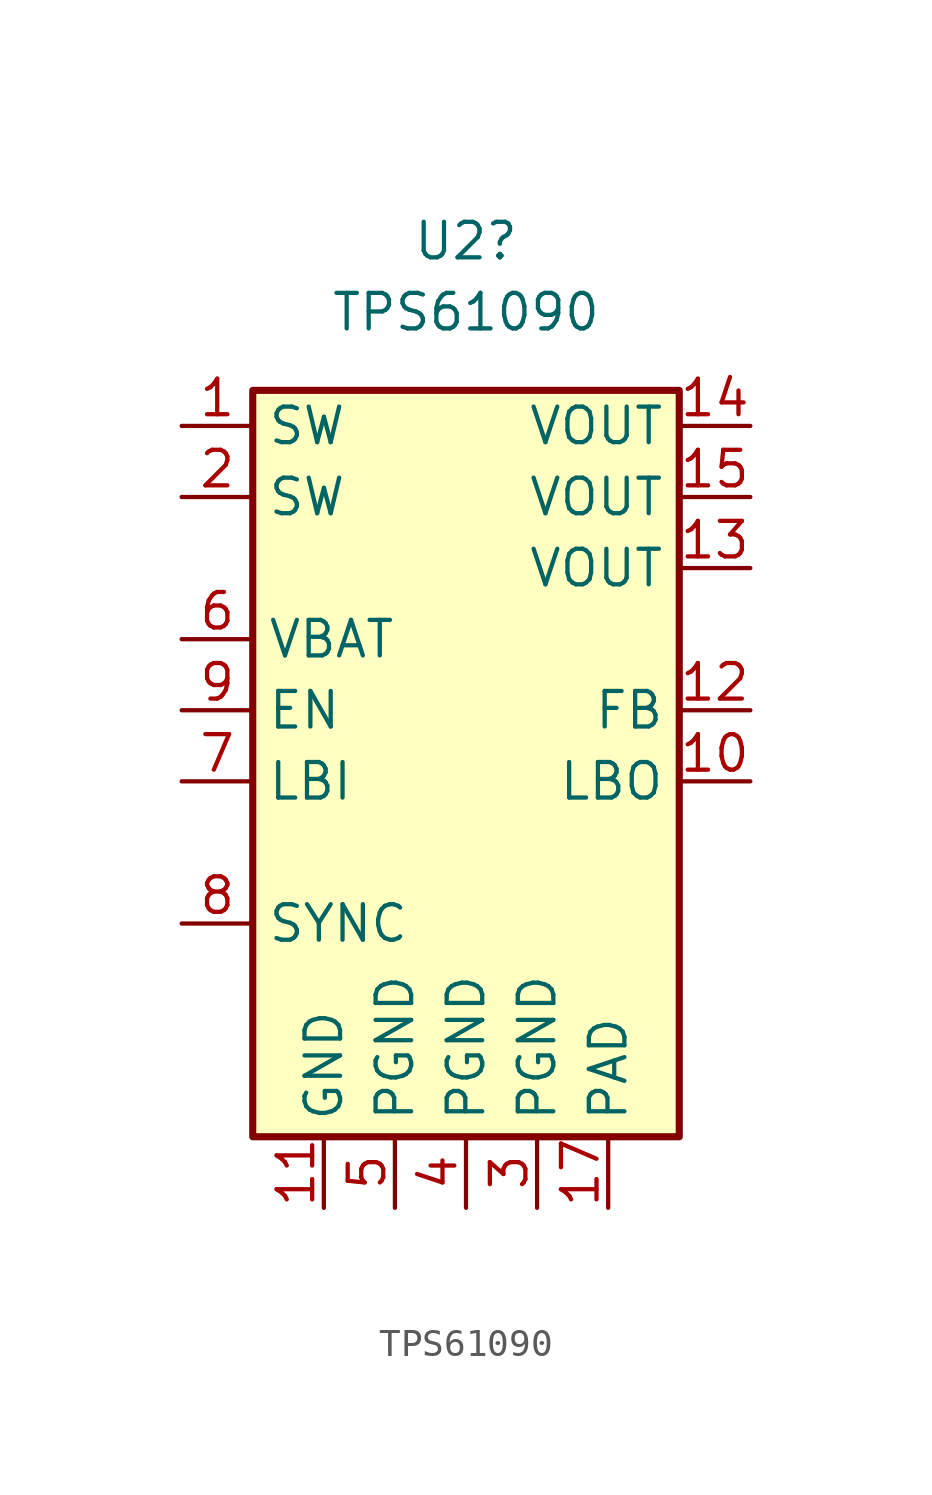
<source format=kicad_sym>
(kicad_symbol_lib
  (version 20211014)
  (generator kicad_symbol_editor)
  (symbol "TPS61090"
    (property "Reference" "U2"
      (at 0 19.304 0)
      (effects (font (size 1.27 1.27))))
    (property "Value" "TPS61090"
      (at 0 16.764 0)
      (effects (font (size 1.27 1.27))))
    (symbol "TPS61090_0_0"
      (pin passive line (at -10.16 12.7 0) (length 2.54) (name "SW" (effects (font (size 1.27 1.27)))) (number "1" (effects (font (size 1.27 1.27)))))
      (pin open_collector line (at 10.16 0 180) (length 2.54) (name "LBO" (effects (font (size 1.27 1.27)))) (number "10" (effects (font (size 1.27 1.27)))))
      (pin power_in line (at -5.08 -15.24 90) (length 2.54) (name "GND" (effects (font (size 1.27 1.27)))) (number "11" (effects (font (size 1.27 1.27)))))
      (pin input line (at 10.16 2.54 180) (length 2.54) (name "FB" (effects (font (size 1.27 1.27)))) (number "12" (effects (font (size 1.27 1.27)))))
      (pin passive line (at 10.16 7.62 180) (length 2.54) (name "VOUT" (effects (font (size 1.27 1.27)))) (number "13" (effects (font (size 1.27 1.27)))))
      (pin power_out line (at 10.16 12.7 180) (length 2.54) (name "VOUT" (effects (font (size 1.27 1.27)))) (number "14" (effects (font (size 1.27 1.27)))))
      (pin passive line (at 10.16 10.16 180) (length 2.54) (name "VOUT" (effects (font (size 1.27 1.27)))) (number "15" (effects (font (size 1.27 1.27)))))
      (pin no_connect line (at 10.16 -5.08 180) (length 2.54) hide (name "NC" (effects (font (size 1.27 1.27)))) (number "16" (effects (font (size 1.27 1.27)))))
      (pin power_in line (at 5.08 -15.24 90) (length 2.54) (name "PAD" (effects (font (size 1.27 1.27)))) (number "17" (effects (font (size 1.27 1.27)))))
      (pin passive line (at -10.16 10.16 0) (length 2.54) (name "SW" (effects (font (size 1.27 1.27)))) (number "2" (effects (font (size 1.27 1.27)))))
      (pin power_in line (at 2.54 -15.24 90) (length 2.54) (name "PGND" (effects (font (size 1.27 1.27)))) (number "3" (effects (font (size 1.27 1.27)))))
      (pin power_in line (at 0 -15.24 90) (length 2.54) (name "PGND" (effects (font (size 1.27 1.27)))) (number "4" (effects (font (size 1.27 1.27)))))
      (pin power_in line (at -2.54 -15.24 90) (length 2.54) (name "PGND" (effects (font (size 1.27 1.27)))) (number "5" (effects (font (size 1.27 1.27)))))
      (pin power_in line (at -10.16 5.08 0) (length 2.54) (name "VBAT" (effects (font (size 1.27 1.27)))) (number "6" (effects (font (size 1.27 1.27)))))
      (pin input line (at -10.16 0 0) (length 2.54) (name "LBI" (effects (font (size 1.27 1.27)))) (number "7" (effects (font (size 1.27 1.27)))))
      (pin input line (at -10.16 -5.08 0) (length 2.54) (name "SYNC" (effects (font (size 1.27 1.27)))) (number "8" (effects (font (size 1.27 1.27)))))
      (pin input line (at -10.16 2.54 0) (length 2.54) (name "EN" (effects (font (size 1.27 1.27)))) (number "9" (effects (font (size 1.27 1.27))))))
    (symbol "TPS61090_0_1"
      (rectangle (start -7.62 13.97) (end 7.62 -12.7) (stroke (width 0.254) (type default) (color 0 0 0 0)) (fill (type background))))))
</source>
